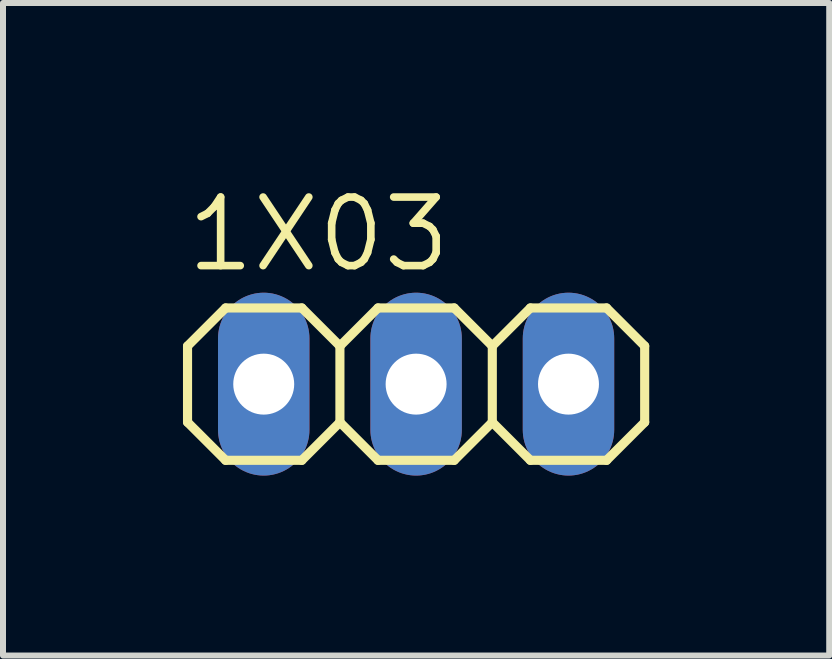
<source format=kicad_pcb>
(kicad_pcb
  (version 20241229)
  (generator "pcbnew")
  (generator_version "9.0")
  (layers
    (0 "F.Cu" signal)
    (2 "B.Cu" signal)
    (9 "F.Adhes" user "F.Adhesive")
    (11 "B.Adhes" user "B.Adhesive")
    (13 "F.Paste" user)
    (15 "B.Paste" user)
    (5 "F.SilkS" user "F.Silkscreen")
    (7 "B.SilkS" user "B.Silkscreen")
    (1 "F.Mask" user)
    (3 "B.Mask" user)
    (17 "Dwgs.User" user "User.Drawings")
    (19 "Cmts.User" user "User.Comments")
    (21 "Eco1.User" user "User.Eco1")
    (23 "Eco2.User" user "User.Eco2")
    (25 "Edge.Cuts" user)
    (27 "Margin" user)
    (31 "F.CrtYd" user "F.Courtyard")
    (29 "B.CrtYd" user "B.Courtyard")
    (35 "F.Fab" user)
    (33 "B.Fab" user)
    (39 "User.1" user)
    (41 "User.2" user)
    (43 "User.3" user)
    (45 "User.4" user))
  (footprint "1X03"
    (layer "F.Cu")
    (at 3.886 3.353)
    (property "Reference" "1X03" (at -3.886 -1.829 0) (unlocked yes) (layer "F.SilkS") (effects (font (size 1.143 1.143) (thickness 0.127)) (justify left bottom)))
    (fp_line (start -3.81 -0.635) (end -3.81 0.635) (stroke (width 0.152) (type solid)) (layer "F.SilkS"))
    (fp_line (start -3.81 0.635) (end -3.175 1.27) (stroke (width 0.152) (type solid)) (layer "F.SilkS"))
    (fp_line (start -3.175 -1.27) (end -3.81 -0.635) (stroke (width 0.152) (type solid)) (layer "F.SilkS"))
    (fp_line (start -3.175 -1.27) (end -1.905 -1.27) (stroke (width 0.152) (type solid)) (layer "F.SilkS"))
    (fp_line (start -1.905 -1.27) (end -1.27 -0.635) (stroke (width 0.152) (type solid)) (layer "F.SilkS"))
    (fp_line (start -1.905 1.27) (end -3.175 1.27) (stroke (width 0.152) (type solid)) (layer "F.SilkS"))
    (fp_line (start -1.27 -0.635) (end -1.27 0.635) (stroke (width 0.152) (type solid)) (layer "F.SilkS"))
    (fp_line (start -1.27 -0.635) (end -0.635 -1.27) (stroke (width 0.152) (type solid)) (layer "F.SilkS"))
    (fp_line (start -1.27 0.635) (end -1.905 1.27) (stroke (width 0.152) (type solid)) (layer "F.SilkS"))
    (fp_line (start -0.635 -1.27) (end 0.635 -1.27) (stroke (width 0.152) (type solid)) (layer "F.SilkS"))
    (fp_line (start -0.635 1.27) (end -1.27 0.635) (stroke (width 0.152) (type solid)) (layer "F.SilkS"))
    (fp_line (start 0.635 -1.27) (end 1.27 -0.635) (stroke (width 0.152) (type solid)) (layer "F.SilkS"))
    (fp_line (start 0.635 1.27) (end -0.635 1.27) (stroke (width 0.152) (type solid)) (layer "F.SilkS"))
    (fp_line (start 1.27 -0.635) (end 1.27 0.635) (stroke (width 0.152) (type solid)) (layer "F.SilkS"))
    (fp_line (start 1.27 -0.635) (end 1.905 -1.27) (stroke (width 0.152) (type solid)) (layer "F.SilkS"))
    (fp_line (start 1.27 0.635) (end 0.635 1.27) (stroke (width 0.152) (type solid)) (layer "F.SilkS"))
    (fp_line (start 1.905 -1.27) (end 3.175 -1.27) (stroke (width 0.152) (type solid)) (layer "F.SilkS"))
    (fp_line (start 1.905 1.27) (end 1.27 0.635) (stroke (width 0.152) (type solid)) (layer "F.SilkS"))
    (fp_line (start 3.175 -1.27) (end 3.81 -0.635) (stroke (width 0.152) (type solid)) (layer "F.SilkS"))
    (fp_line (start 3.175 1.27) (end 1.905 1.27) (stroke (width 0.152) (type solid)) (layer "F.SilkS"))
    (fp_line (start 3.81 -0.635) (end 3.81 0.635) (stroke (width 0.152) (type solid)) (layer "F.SilkS"))
    (fp_line (start 3.81 0.635) (end 3.175 1.27) (stroke (width 0.152) (type solid)) (layer "F.SilkS"))
    (fp_poly (pts (xy -2.794 0.254) (xy -2.286 0.254) (xy -2.286 -0.254) (xy -2.794 -0.254)) (stroke (width 0.1) (type default)) (fill no) (layer "F.Fab"))
    (fp_poly (pts (xy -0.254 0.254) (xy 0.254 0.254) (xy 0.254 -0.254) (xy -0.254 -0.254)) (stroke (width 0.1) (type default)) (fill no) (layer "F.Fab"))
    (fp_poly (pts (xy 2.286 0.254) (xy 2.794 0.254) (xy 2.794 -0.254) (xy 2.286 -0.254)) (stroke (width 0.1) (type default)) (fill no) (layer "F.Fab"))
    (pad "1" thru_hole oval (at -2.54 0 90) (size 3.048 1.524) (drill 1.016) (layers "*.Cu" "*.Mask"))
    (pad "2" thru_hole oval (at 0 0 90) (size 3.048 1.524) (drill 1.016) (layers "*.Cu" "*.Mask"))
    (pad "3" thru_hole oval (at 2.54 0 90) (size 3.048 1.524) (drill 1.016) (layers "*.Cu" "*.Mask")))
  (gr_rect
    (start -3 -3)
    (end 10.772 7.877)
    (stroke (width 0.1) (type default))
    (fill no)
    (layer "Edge.Cuts")))
</source>
